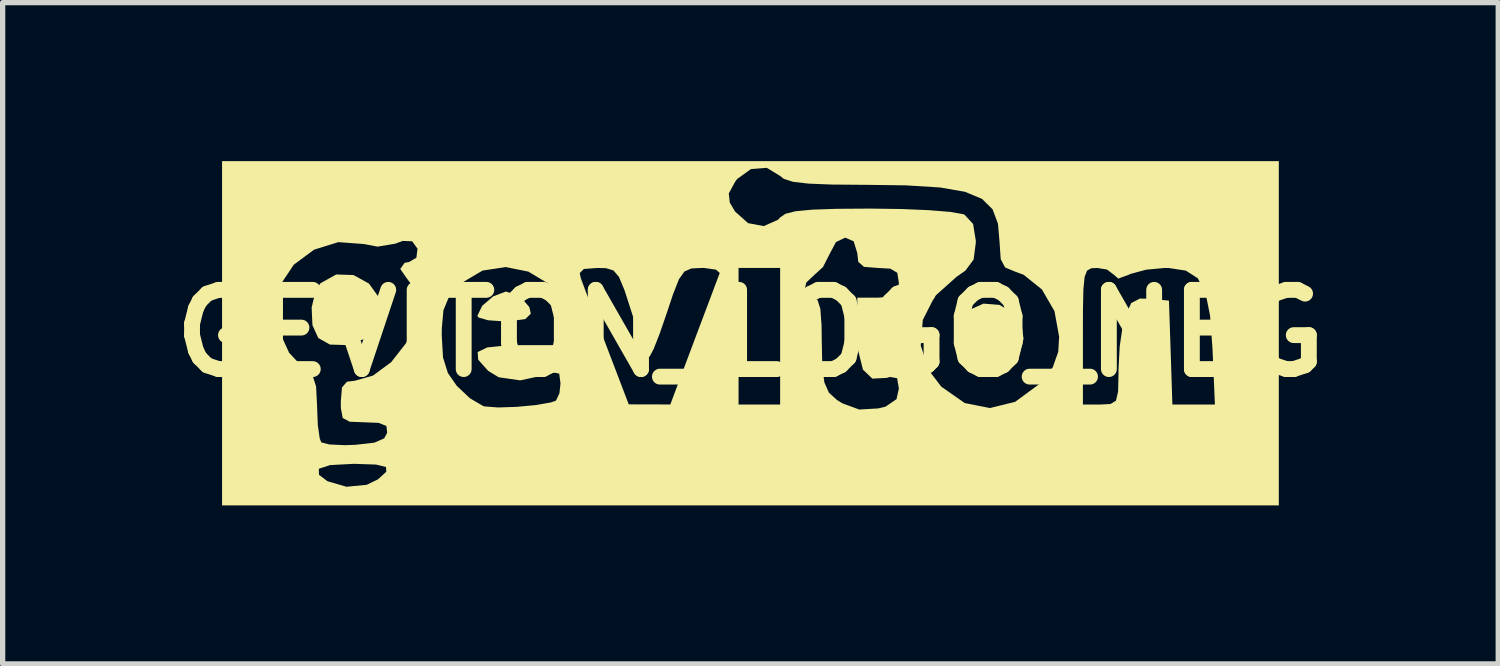
<source format=kicad_pcb>
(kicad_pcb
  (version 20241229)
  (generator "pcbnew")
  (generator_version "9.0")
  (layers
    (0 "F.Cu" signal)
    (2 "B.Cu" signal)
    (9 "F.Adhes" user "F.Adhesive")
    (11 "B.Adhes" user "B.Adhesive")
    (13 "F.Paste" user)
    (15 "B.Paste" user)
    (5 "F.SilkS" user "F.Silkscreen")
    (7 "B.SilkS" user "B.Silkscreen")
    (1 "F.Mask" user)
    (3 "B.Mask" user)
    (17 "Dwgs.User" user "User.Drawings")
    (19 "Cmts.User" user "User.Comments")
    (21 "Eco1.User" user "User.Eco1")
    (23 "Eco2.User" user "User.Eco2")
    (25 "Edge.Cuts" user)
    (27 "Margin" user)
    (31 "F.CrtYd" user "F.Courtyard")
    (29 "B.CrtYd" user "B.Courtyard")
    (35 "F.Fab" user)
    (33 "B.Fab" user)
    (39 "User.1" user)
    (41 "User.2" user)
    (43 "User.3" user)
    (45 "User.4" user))
  (footprint "GEVITON_LOGO_NEG"
    (layer "F.Cu")
    (at 11.157 3.259)
    (property "Reference" "GEVITON_LOGO_NEG" (at 0 0 0) (layer "F.SilkS") (effects (font (size 1.5 1.5) (thickness 0.3))))
    (attr board_only exclude_from_pos_files exclude_from_bom)
    (fp_poly (pts (xy -4.36 -0.7) (xy -4.185 -0.493) (xy -4.158 -0.371) (xy -4.262 -0.268) (xy -4.577 -0.226) (xy -4.664 -0.225) (xy -4.966 -0.246) (xy -5.147 -0.298) (xy -5.17 -0.329) (xy -5.079 -0.519) (xy -4.871 -0.698) (xy -4.641 -0.786) (xy -4.622 -0.787)) (stroke (width 0) (type solid)) (fill yes) (layer "F.SilkS"))
    (fp_poly (pts (xy 4.716 -0.537) (xy 4.981 -0.376) (xy 5.145 -0.09) (xy 5.17 0.107) (xy 5.077 0.45) (xy 4.833 0.663) (xy 4.492 0.711) (xy 4.306 0.666) (xy 4.01 0.454) (xy 3.884 0.136) (xy 3.925 -0.146) (xy 4.128 -0.434) (xy 4.412 -0.561)) (stroke (width 0) (type solid)) (fill yes) (layer "F.SilkS"))
    (fp_poly (pts (xy -7.515 -1.102) (xy -7.222 -0.941) (xy -7.021 -0.661) (xy -6.968 -0.386) (xy -7.067 -0.104) (xy -7.313 0.109) (xy -7.636 0.224) (xy -7.962 0.214) (xy -8.182 0.09) (xy -8.292 -0.152) (xy -8.307 -0.486) (xy -8.232 -0.804) (xy -8.14 -0.947) (xy -7.842 -1.113)) (stroke (width 0) (type solid)) (fill yes) (layer "F.SilkS"))
    (fp_poly (pts (xy 10.003 0) (xy 10.003 3.259) (xy 0 3.259) (xy -10.003 3.259) (xy -10.003 2.565) (xy -8.171 2.565) (xy -8.169 2.679) (xy -8.008 2.801) (xy -7.648 2.906) (xy -7.264 2.869) (xy -7.052 2.766) (xy -6.894 2.621) (xy -6.899 2.532) (xy -7.087 2.486) (xy -7.477 2.473) (xy -7.53 2.473) (xy -7.958 2.496) (xy -8.171 2.565) (xy -10.003 2.565) (xy -10.003 0) (xy -10.003 -0.492) (xy -8.991 -0.492) (xy -8.92 -0.039) (xy -8.734 0.369) (xy -8.472 0.649) (xy -8.428 0.675) (xy -8.291 0.795) (xy -8.223 1.008) (xy -8.204 1.378) (xy -8.204 1.39) (xy -8.19 1.74) (xy -8.154 1.992) (xy -8.124 2.066) (xy -7.974 2.105) (xy -7.681 2.119) (xy -7.479 2.112) (xy -7.119 2.071) (xy -6.933 1.989) (xy -6.877 1.883) (xy -6.892 1.755) (xy -7.038 1.697) (xy -7.297 1.686) (xy -7.588 1.675) (xy -7.719 1.604) (xy -7.754 1.419) (xy -7.755 1.292) (xy -7.733 1.026) (xy -7.638 0.917) (xy -7.489 0.899) (xy -7.147 0.802) (xy -6.802 0.548) (xy -6.524 0.193) (xy -6.45 0.044) (xy -6.449 0.039) (xy -5.844 0.039) (xy -5.82 0.459) (xy -5.727 0.754) (xy -5.559 0.996) (xy -5.31 1.231) (xy -5.063 1.376) (xy -5.026 1.386) (xy -4.774 1.405) (xy -4.422 1.393) (xy -4.059 1.359) (xy -3.776 1.309) (xy -3.681 1.275) (xy -3.616 1.135) (xy -3.596 0.951) (xy -3.62 0.765) (xy -3.735 0.74) (xy -3.885 0.79) (xy -4.359 0.892) (xy -4.766 0.833) (xy -4.964 0.713) (xy -5.154 0.501) (xy -5.164 0.356) (xy -4.982 0.268) (xy -4.596 0.229) (xy -4.327 0.225) (xy -3.484 0.225) (xy -3.484 -0.177) (xy -3.581 -0.611) (xy -3.838 -0.947) (xy -4.159 -1.14) (xy -3.232 -1.14) (xy -3.211 -1.04) (xy -3.142 -0.855) (xy -3.014 -0.516) (xy -2.846 -0.076) (xy -2.722 0.251) (xy -2.304 1.346) (xy -1.911 1.347) (xy -1.517 1.348) (xy -1.068 0.151) (xy -0.885 -0.334) (xy -0.731 -0.743) (xy -0.624 -1.028) (xy -0.581 -1.141) (xy -0.652 -1.204) (xy -0.878 -1.236) (xy -0.924 -1.236) (xy -0.225 -1.236) (xy -0.225 0.056) (xy -0.225 1.349) (xy 0.169 1.349) (xy 0.562 1.349) (xy 0.562 0.056) (xy 0.562 -0.788) (xy 1.02 -0.788) (xy 1.121 -0.682) (xy 1.18 -0.674) (xy 1.27 -0.629) (xy 1.323 -0.465) (xy 1.347 -0.143) (xy 1.35 0.14) (xy 1.36 0.619) (xy 1.399 0.929) (xy 1.486 1.126) (xy 1.639 1.264) (xy 1.742 1.327) (xy 2.06 1.444) (xy 2.42 1.423) (xy 2.557 1.39) (xy 2.765 1.248) (xy 2.81 1.047) (xy 2.777 0.851) (xy 2.643 0.827) (xy 2.58 0.845) (xy 2.308 0.859) (xy 2.13 0.689) (xy 2.039 0.326) (xy 2.023 -0.014) (xy 2.023 -0.674) (xy 2.416 -0.674) (xy 2.682 -0.695) (xy 2.791 -0.79) (xy 2.81 -0.955) (xy 2.78 -1.145) (xy 2.648 -1.223) (xy 2.416 -1.236) (xy 2.15 -1.257) (xy 2.041 -1.352) (xy 2.023 -1.517) (xy 1.954 -1.741) (xy 1.794 -1.81) (xy 1.619 -1.726) (xy 1.506 -1.514) (xy 1.373 -1.253) (xy 1.223 -1.117) (xy 1.057 -0.96) (xy 1.02 -0.788) (xy 0.562 -0.788) (xy 0.562 -1.236) (xy 0.169 -1.236) (xy -0.225 -1.236) (xy -0.924 -1.236) (xy -1.117 -1.227) (xy -1.249 -1.17) (xy -1.354 -1.022) (xy -1.466 -0.737) (xy -1.58 -0.394) (xy -1.716 0.001) (xy -1.832 0.297) (xy -1.909 0.442) (xy -1.919 0.449) (xy -1.98 0.35) (xy -2.085 0.087) (xy -2.214 -0.288) (xy -2.248 -0.393) (xy -2.384 -0.815) (xy -2.488 -1.065) (xy -2.593 -1.189) (xy -2.735 -1.232) (xy -2.898 -1.236) (xy -3.153 -1.217) (xy -3.232 -1.14) (xy -4.159 -1.14) (xy -4.205 -1.167) (xy -4.632 -1.253) (xy -5.071 -1.187) (xy -5.47 -0.951) (xy -5.516 -0.908) (xy -5.713 -0.676) (xy -5.812 -0.436) (xy -5.843 -0.094) (xy -5.844 0.039) (xy -6.449 0.039) (xy -6.369 -0.288) (xy -6.366 -0.646) (xy -6.434 -0.943) (xy -6.533 -1.077) (xy -6.629 -1.218) (xy -6.547 -1.333) (xy -6.462 -1.349) (xy -6.324 -1.43) (xy -6.303 -1.601) (xy -6.404 -1.741) (xy -6.581 -1.748) (xy -6.727 -1.695) (xy -7.058 -1.64) (xy -7.318 -1.689) (xy -7.801 -1.725) (xy -8.26 -1.583) (xy -8.645 -1.298) (xy -8.906 -0.908) (xy -8.991 -0.492) (xy -10.003 -0.492) (xy -10.003 -2.646) (xy -0.41 -2.646) (xy -0.391 -2.473) (xy -0.291 -2.304) (xy -0.044 -2.084) (xy 0.253 -2.029) (xy 0.521 -2.148) (xy 0.562 -2.192) (xy 0.663 -2.262) (xy 0.855 -2.31) (xy 1.17 -2.34) (xy 1.643 -2.356) (xy 2.269 -2.36) (xy 2.86 -2.352) (xy 3.381 -2.33) (xy 3.785 -2.297) (xy 4.024 -2.255) (xy 4.053 -2.244) (xy 4.215 -2.069) (xy 4.267 -1.748) (xy 4.266 -1.71) (xy 4.225 -1.396) (xy 4.069 -1.185) (xy 3.901 -1.068) (xy 3.491 -0.701) (xy 3.263 -0.252) (xy 3.224 0.232) (xy 3.38 0.706) (xy 3.613 1.011) (xy 4.057 1.321) (xy 4.534 1.416) (xy 4.806 1.349) (xy 6.294 1.349) (xy 6.631 1.349) (xy 6.819 1.339) (xy 6.92 1.276) (xy 6.96 1.104) (xy 6.968 0.771) (xy 6.968 0.691) (xy 6.99 0.257) (xy 7.047 -0.143) (xy 7.094 -0.327) (xy 7.209 -0.572) (xy 7.373 -0.657) (xy 7.571 -0.652) (xy 7.923 -0.618) (xy 7.956 0.365) (xy 7.988 1.349) (xy 8.391 1.349) (xy 8.793 1.349) (xy 8.747 0.287) (xy 8.701 -0.336) (xy 8.614 -0.769) (xy 8.468 -1.041) (xy 8.243 -1.186) (xy 7.921 -1.235) (xy 7.842 -1.236) (xy 7.489 -1.203) (xy 7.194 -1.123) (xy 7.163 -1.108) (xy 6.964 -1.035) (xy 6.88 -1.108) (xy 6.748 -1.207) (xy 6.565 -1.236) (xy 6.449 -1.23) (xy 6.372 -1.185) (xy 6.326 -1.064) (xy 6.303 -0.827) (xy 6.295 -0.438) (xy 6.294 0.056) (xy 6.294 1.349) (xy 4.806 1.349) (xy 5.012 1.298) (xy 5.463 0.966) (xy 5.479 0.949) (xy 5.722 0.647) (xy 5.827 0.351) (xy 5.844 0.066) (xy 5.756 -0.418) (xy 5.518 -0.829) (xy 5.172 -1.107) (xy 5.002 -1.17) (xy 4.821 -1.246) (xy 4.738 -1.402) (xy 4.717 -1.708) (xy 4.717 -1.716) (xy 4.686 -2.074) (xy 4.584 -2.346) (xy 4.384 -2.544) (xy 4.061 -2.678) (xy 3.589 -2.76) (xy 2.942 -2.8) (xy 2.178 -2.81) (xy 1.543 -2.815) (xy 1.097 -2.833) (xy 0.806 -2.867) (xy 0.634 -2.922) (xy 0.562 -2.978) (xy 0.309 -3.132) (xy 0.011 -3.109) (xy -0.252 -2.92) (xy -0.291 -2.866) (xy -0.41 -2.646) (xy -10.003 -2.646) (xy -10.003 -3.259) (xy 0 -3.259) (xy 10.003 -3.259)) (stroke (width 0) (type solid)) (fill yes) (layer "F.SilkS")))
  (gr_rect
    (start -3 -3)
    (end 25.314 9.519)
    (stroke (width 0.1) (type default))
    (fill no)
    (layer "Edge.Cuts")))
</source>
